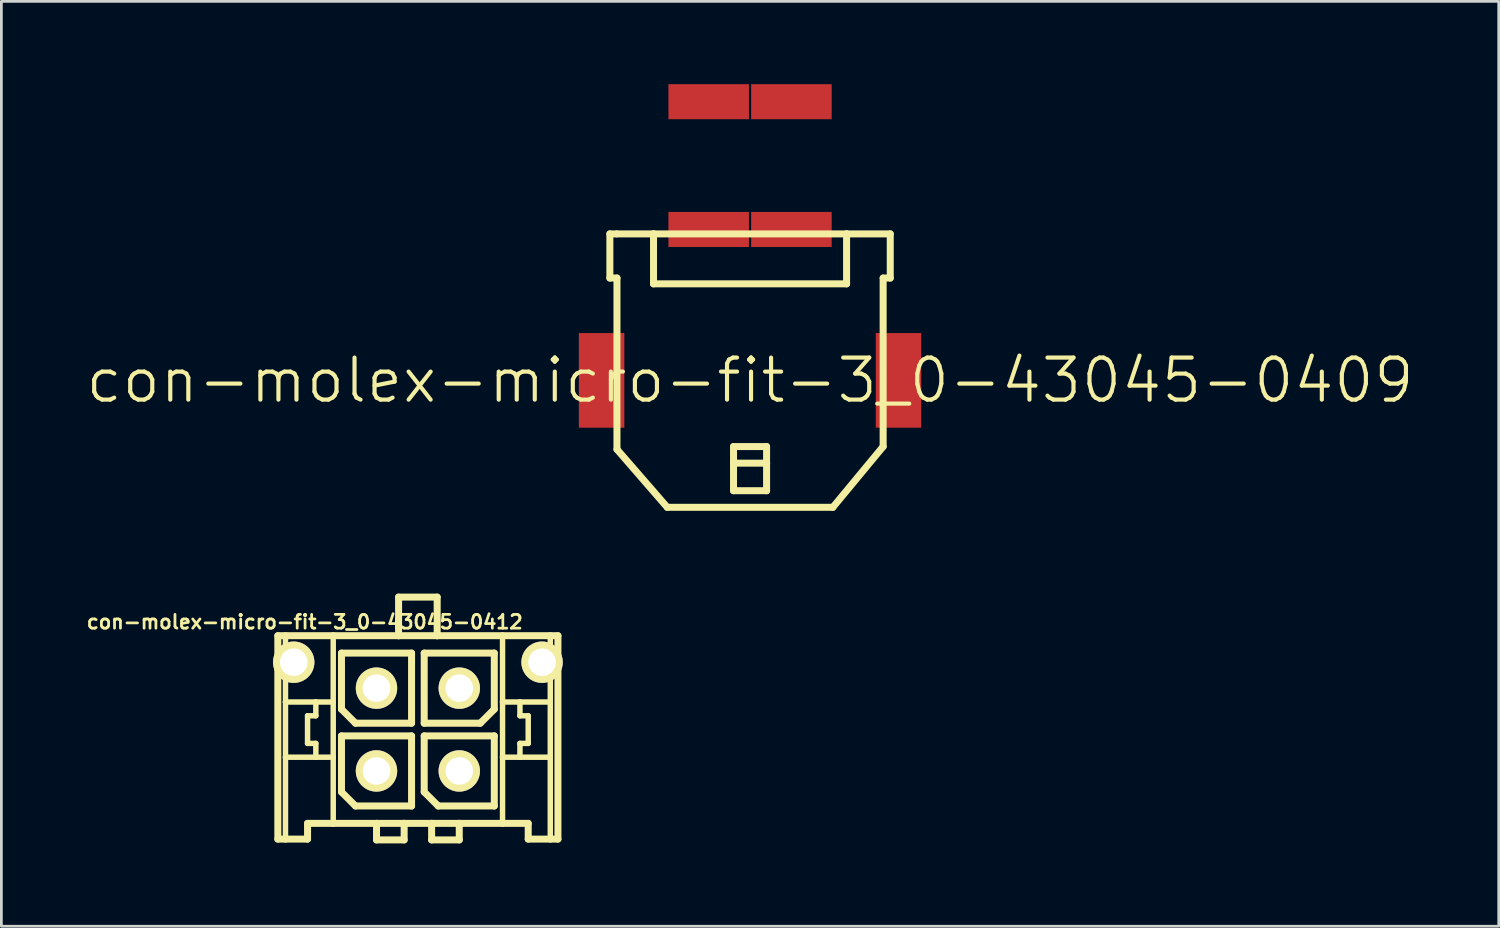
<source format=kicad_pcb>
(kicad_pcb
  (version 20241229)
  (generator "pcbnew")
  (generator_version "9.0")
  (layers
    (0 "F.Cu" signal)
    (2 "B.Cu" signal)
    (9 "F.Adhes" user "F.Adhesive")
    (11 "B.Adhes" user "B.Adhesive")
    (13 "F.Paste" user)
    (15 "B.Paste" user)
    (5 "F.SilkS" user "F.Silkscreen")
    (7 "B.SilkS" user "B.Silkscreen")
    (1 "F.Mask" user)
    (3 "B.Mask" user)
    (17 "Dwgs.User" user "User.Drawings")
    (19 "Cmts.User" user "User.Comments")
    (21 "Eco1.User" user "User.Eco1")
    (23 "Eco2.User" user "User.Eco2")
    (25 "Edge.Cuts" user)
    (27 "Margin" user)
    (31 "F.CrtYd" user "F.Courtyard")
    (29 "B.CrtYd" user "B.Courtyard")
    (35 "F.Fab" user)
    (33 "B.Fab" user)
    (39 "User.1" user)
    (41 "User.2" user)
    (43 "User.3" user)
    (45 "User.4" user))
  (footprint "con-molex-micro-fit-3_0-43045-0412"
    (layer "F.Cu")
    (at 12.093 23.387)
    (property "Reference" "con-molex-micro-fit-3_0-43045-0412" (at -4.1 -3.9 0) (layer "F.SilkS") (effects (font (size 0.5 0.5) (thickness 0.1))))
    (attr exclude_from_pos_files exclude_from_bom)
    (fp_line (start -5.075 -3.4) (end -4.798 -3.4) (stroke (width 0.254) (type solid)) (layer "F.SilkS"))
    (fp_line (start -5.075 3.969) (end -5.075 -3.4) (stroke (width 0.254) (type solid)) (layer "F.SilkS"))
    (fp_line (start -4.798 -3.4) (end -3.068 -3.4) (stroke (width 0.254) (type solid)) (layer "F.SilkS"))
    (fp_line (start -4.798 -0.999) (end -4.798 -3.4) (stroke (width 0.198) (type solid)) (layer "F.SilkS"))
    (fp_line (start -4.798 1.002) (end -4.798 -0.999) (stroke (width 0.198) (type solid)) (layer "F.SilkS"))
    (fp_line (start -4.798 3.969) (end -5.075 3.969) (stroke (width 0.254) (type solid)) (layer "F.SilkS"))
    (fp_line (start -4.798 3.969) (end -4.798 1.002) (stroke (width 0.198) (type solid)) (layer "F.SilkS"))
    (fp_line (start -3.998 -0.499) (end -3.998 0.502) (stroke (width 0.198) (type solid)) (layer "F.SilkS"))
    (fp_line (start -3.998 0.502) (end -3.698 0.502) (stroke (width 0.198) (type solid)) (layer "F.SilkS"))
    (fp_line (start -3.998 3.4) (end -3.998 3.969) (stroke (width 0.254) (type solid)) (layer "F.SilkS"))
    (fp_line (start -3.998 3.969) (end -4.798 3.969) (stroke (width 0.254) (type solid)) (layer "F.SilkS"))
    (fp_line (start -3.698 -0.999) (end -4.798 -0.999) (stroke (width 0.198) (type solid)) (layer "F.SilkS"))
    (fp_line (start -3.698 -0.999) (end -3.698 -0.499) (stroke (width 0.198) (type solid)) (layer "F.SilkS"))
    (fp_line (start -3.698 -0.499) (end -3.998 -0.499) (stroke (width 0.198) (type solid)) (layer "F.SilkS"))
    (fp_line (start -3.698 0.502) (end -3.698 1.002) (stroke (width 0.198) (type solid)) (layer "F.SilkS"))
    (fp_line (start -3.698 1.002) (end -4.798 1.002) (stroke (width 0.198) (type solid)) (layer "F.SilkS"))
    (fp_line (start -3.068 -3.4) (end -0.699 -3.4) (stroke (width 0.254) (type solid)) (layer "F.SilkS"))
    (fp_line (start -3.068 -0.999) (end -3.698 -0.999) (stroke (width 0.198) (type solid)) (layer "F.SilkS"))
    (fp_line (start -3.068 -0.999) (end -3.068 -3.4) (stroke (width 0.198) (type solid)) (layer "F.SilkS"))
    (fp_line (start -3.068 1.002) (end -3.698 1.002) (stroke (width 0.198) (type solid)) (layer "F.SilkS"))
    (fp_line (start -3.068 1.002) (end -3.068 -0.999) (stroke (width 0.198) (type solid)) (layer "F.SilkS"))
    (fp_line (start -3.068 3.4) (end -3.998 3.4) (stroke (width 0.254) (type solid)) (layer "F.SilkS"))
    (fp_line (start -3.068 3.4) (end -3.068 1.002) (stroke (width 0.198) (type solid)) (layer "F.SilkS"))
    (fp_line (start -2.769 -2.77) (end -0.229 -2.77) (stroke (width 0.254) (type solid)) (layer "F.SilkS"))
    (fp_line (start -2.769 -0.738) (end -2.769 -2.77) (stroke (width 0.254) (type solid)) (layer "F.SilkS"))
    (fp_line (start -2.769 0.23) (end -0.229 0.23) (stroke (width 0.254) (type solid)) (layer "F.SilkS"))
    (fp_line (start -2.769 2.262) (end -2.769 0.23) (stroke (width 0.254) (type solid)) (layer "F.SilkS"))
    (fp_line (start -2.261 -0.23) (end -2.769 -0.738) (stroke (width 0.254) (type solid)) (layer "F.SilkS"))
    (fp_line (start -2.261 2.77) (end -2.769 2.262) (stroke (width 0.254) (type solid)) (layer "F.SilkS"))
    (fp_line (start -1.499 3.4) (end -3.068 3.4) (stroke (width 0.254) (type solid)) (layer "F.SilkS"))
    (fp_line (start -1.499 3.4) (end -1.499 3.999) (stroke (width 0.254) (type solid)) (layer "F.SilkS"))
    (fp_line (start -1.499 3.999) (end -0.498 3.999) (stroke (width 0.254) (type solid)) (layer "F.SilkS"))
    (fp_line (start -0.699 -4.799) (end -0.699 -3.4) (stroke (width 0.254) (type solid)) (layer "F.SilkS"))
    (fp_line (start -0.699 -4.799) (end 0.699 -4.799) (stroke (width 0.254) (type solid)) (layer "F.SilkS"))
    (fp_line (start -0.699 -3.4) (end 0.699 -3.4) (stroke (width 0.254) (type solid)) (layer "F.SilkS"))
    (fp_line (start -0.498 3.4) (end -1.499 3.4) (stroke (width 0.254) (type solid)) (layer "F.SilkS"))
    (fp_line (start -0.498 3.999) (end -0.498 3.4) (stroke (width 0.254) (type solid)) (layer "F.SilkS"))
    (fp_line (start -0.229 -2.77) (end -0.229 -0.23) (stroke (width 0.254) (type solid)) (layer "F.SilkS"))
    (fp_line (start -0.229 -0.23) (end -2.261 -0.23) (stroke (width 0.254) (type solid)) (layer "F.SilkS"))
    (fp_line (start -0.229 0.23) (end -0.229 2.77) (stroke (width 0.254) (type solid)) (layer "F.SilkS"))
    (fp_line (start -0.229 2.77) (end -2.261 2.77) (stroke (width 0.254) (type solid)) (layer "F.SilkS"))
    (fp_line (start 0.229 -2.77) (end 0.229 -0.23) (stroke (width 0.254) (type solid)) (layer "F.SilkS"))
    (fp_line (start 0.229 -0.23) (end 2.261 -0.23) (stroke (width 0.254) (type solid)) (layer "F.SilkS"))
    (fp_line (start 0.229 0.23) (end 2.769 0.23) (stroke (width 0.254) (type solid)) (layer "F.SilkS"))
    (fp_line (start 0.229 2.262) (end 0.229 0.23) (stroke (width 0.254) (type solid)) (layer "F.SilkS"))
    (fp_line (start 0.498 3.4) (end -0.498 3.4) (stroke (width 0.254) (type solid)) (layer "F.SilkS"))
    (fp_line (start 0.498 3.4) (end 0.498 3.999) (stroke (width 0.254) (type solid)) (layer "F.SilkS"))
    (fp_line (start 0.498 3.999) (end 1.499 3.999) (stroke (width 0.254) (type solid)) (layer "F.SilkS"))
    (fp_line (start 0.699 -4.799) (end 0.699 -3.4) (stroke (width 0.254) (type solid)) (layer "F.SilkS"))
    (fp_line (start 0.699 -3.4) (end 3.068 -3.4) (stroke (width 0.254) (type solid)) (layer "F.SilkS"))
    (fp_line (start 0.737 2.77) (end 0.229 2.262) (stroke (width 0.254) (type solid)) (layer "F.SilkS"))
    (fp_line (start 1.499 3.4) (end 0.498 3.4) (stroke (width 0.254) (type solid)) (layer "F.SilkS"))
    (fp_line (start 1.499 3.999) (end 1.499 3.4) (stroke (width 0.254) (type solid)) (layer "F.SilkS"))
    (fp_line (start 2.261 -0.23) (end 2.769 -0.738) (stroke (width 0.254) (type solid)) (layer "F.SilkS"))
    (fp_line (start 2.769 -2.77) (end 0.229 -2.77) (stroke (width 0.254) (type solid)) (layer "F.SilkS"))
    (fp_line (start 2.769 -0.738) (end 2.769 -2.77) (stroke (width 0.254) (type solid)) (layer "F.SilkS"))
    (fp_line (start 2.769 0.23) (end 2.769 2.77) (stroke (width 0.254) (type solid)) (layer "F.SilkS"))
    (fp_line (start 2.769 2.77) (end 0.737 2.77) (stroke (width 0.254) (type solid)) (layer "F.SilkS"))
    (fp_line (start 3.068 -3.4) (end 3.068 -0.999) (stroke (width 0.198) (type solid)) (layer "F.SilkS"))
    (fp_line (start 3.068 -3.4) (end 4.798 -3.4) (stroke (width 0.254) (type solid)) (layer "F.SilkS"))
    (fp_line (start 3.068 -0.999) (end 3.068 1.002) (stroke (width 0.198) (type solid)) (layer "F.SilkS"))
    (fp_line (start 3.068 -0.999) (end 3.698 -0.999) (stroke (width 0.198) (type solid)) (layer "F.SilkS"))
    (fp_line (start 3.068 1.002) (end 3.068 3.4) (stroke (width 0.198) (type solid)) (layer "F.SilkS"))
    (fp_line (start 3.068 1.002) (end 3.698 1.002) (stroke (width 0.198) (type solid)) (layer "F.SilkS"))
    (fp_line (start 3.068 3.4) (end 1.499 3.4) (stroke (width 0.254) (type solid)) (layer "F.SilkS"))
    (fp_line (start 3.698 -0.999) (end 3.698 -0.499) (stroke (width 0.198) (type solid)) (layer "F.SilkS"))
    (fp_line (start 3.698 -0.999) (end 4.798 -0.999) (stroke (width 0.198) (type solid)) (layer "F.SilkS"))
    (fp_line (start 3.698 -0.499) (end 3.998 -0.499) (stroke (width 0.198) (type solid)) (layer "F.SilkS"))
    (fp_line (start 3.698 0.502) (end 3.698 1.002) (stroke (width 0.198) (type solid)) (layer "F.SilkS"))
    (fp_line (start 3.698 1.002) (end 4.798 1.002) (stroke (width 0.198) (type solid)) (layer "F.SilkS"))
    (fp_line (start 3.998 -0.499) (end 3.998 0.502) (stroke (width 0.198) (type solid)) (layer "F.SilkS"))
    (fp_line (start 3.998 0.502) (end 3.698 0.502) (stroke (width 0.198) (type solid)) (layer "F.SilkS"))
    (fp_line (start 3.998 3.4) (end 3.068 3.4) (stroke (width 0.254) (type solid)) (layer "F.SilkS"))
    (fp_line (start 3.998 3.969) (end 3.998 3.4) (stroke (width 0.254) (type solid)) (layer "F.SilkS"))
    (fp_line (start 3.998 3.969) (end 4.798 3.969) (stroke (width 0.254) (type solid)) (layer "F.SilkS"))
    (fp_line (start 4.798 -3.4) (end 5.075 -3.4) (stroke (width 0.254) (type solid)) (layer "F.SilkS"))
    (fp_line (start 4.798 -0.999) (end 4.798 -3.4) (stroke (width 0.198) (type solid)) (layer "F.SilkS"))
    (fp_line (start 4.798 1.002) (end 4.798 -0.999) (stroke (width 0.198) (type solid)) (layer "F.SilkS"))
    (fp_line (start 4.798 3.969) (end 4.798 1.002) (stroke (width 0.198) (type solid)) (layer "F.SilkS"))
    (fp_line (start 4.798 3.969) (end 5.075 3.969) (stroke (width 0.254) (type solid)) (layer "F.SilkS"))
    (fp_line (start 5.075 -3.4) (end 5.075 3.969) (stroke (width 0.254) (type solid)) (layer "F.SilkS"))
    (pad "1" thru_hole circle (at 1.5 1.5) (size 1.5 1.5) (drill 1) (layers "*.Cu" "F.Mask" "F.SilkS" "F.Paste"))
    (pad "2" thru_hole circle (at -1.5 1.5) (size 1.5 1.5) (drill 1) (layers "*.Cu" "F.Mask" "F.SilkS" "F.Paste"))
    (pad "3" thru_hole circle (at 1.5 -1.5) (size 1.5 1.5) (drill 1) (layers "*.Cu" "F.Mask" "F.SilkS" "F.Paste"))
    (pad "4" thru_hole circle (at -1.5 -1.5) (size 1.5 1.5) (drill 1) (layers "*.Cu" "F.Mask" "F.SilkS" "F.Paste"))
    (pad "5" thru_hole circle (at -4.5 -2.44) (size 1.5 1.5) (drill 1) (layers "*.Cu" "F.Mask" "F.SilkS" "F.Paste"))
    (pad "5" thru_hole circle (at 4.5 -2.44) (size 1.5 1.5) (drill 1) (layers "*.Cu" "F.Mask" "F.SilkS" "F.Paste")))
  (footprint "con-molex-micro-fit-3_0-43045-0409"
    (layer "F.Cu")
    (at 24.13 10.734)
    (property "Reference" "con-molex-micro-fit-3_0-43045-0409" (at 0 0 0) (layer "F.SilkS") (effects (font (size 1.524 1.524) (thickness 0.15))))
    (attr smd)
    (fp_line (start -5.08 -5.309) (end -5.08 -3.708) (stroke (width 0.254) (type solid)) (layer "F.SilkS"))
    (fp_line (start -5.08 -3.708) (end -4.823 -3.708) (stroke (width 0.254) (type solid)) (layer "F.SilkS"))
    (fp_line (start -4.829 -5.309) (end -5.08 -5.309) (stroke (width 0.254) (type solid)) (layer "F.SilkS"))
    (fp_line (start -4.823 -5.309) (end -3.498 -5.309) (stroke (width 0.254) (type solid)) (layer "F.SilkS"))
    (fp_line (start -4.823 2.499) (end -4.823 -3.708) (stroke (width 0.254) (type solid)) (layer "F.SilkS"))
    (fp_line (start -4.823 2.499) (end -3 4.6) (stroke (width 0.254) (type solid)) (layer "F.SilkS"))
    (fp_line (start -3.498 -5.309) (end -3.498 -3.498) (stroke (width 0.254) (type solid)) (layer "F.SilkS"))
    (fp_line (start -3.498 -5.309) (end 3.498 -5.309) (stroke (width 0.254) (type solid)) (layer "F.SilkS"))
    (fp_line (start -3.498 -3.498) (end 3.498 -3.498) (stroke (width 0.254) (type solid)) (layer "F.SilkS"))
    (fp_line (start -0.599 2.398) (end 0.599 2.398) (stroke (width 0.254) (type solid)) (layer "F.SilkS"))
    (fp_line (start -0.599 3) (end -0.599 2.398) (stroke (width 0.254) (type solid)) (layer "F.SilkS"))
    (fp_line (start -0.599 3) (end 0.599 3) (stroke (width 0.254) (type solid)) (layer "F.SilkS"))
    (fp_line (start -0.599 3.998) (end -0.599 3) (stroke (width 0.254) (type solid)) (layer "F.SilkS"))
    (fp_line (start 0.599 2.398) (end 0.599 3) (stroke (width 0.254) (type solid)) (layer "F.SilkS"))
    (fp_line (start 0.599 3) (end 0.599 3.998) (stroke (width 0.254) (type solid)) (layer "F.SilkS"))
    (fp_line (start 0.599 3.998) (end -0.599 3.998) (stroke (width 0.254) (type solid)) (layer "F.SilkS"))
    (fp_line (start 3 4.6) (end -3 4.6) (stroke (width 0.254) (type solid)) (layer "F.SilkS"))
    (fp_line (start 3.498 -5.309) (end 5.08 -5.309) (stroke (width 0.254) (type solid)) (layer "F.SilkS"))
    (fp_line (start 3.498 -3.498) (end 3.498 -5.309) (stroke (width 0.254) (type solid)) (layer "F.SilkS"))
    (fp_line (start 4.823 -3.708) (end 4.823 2.398) (stroke (width 0.254) (type solid)) (layer "F.SilkS"))
    (fp_line (start 4.823 2.398) (end 3 4.6) (stroke (width 0.254) (type solid)) (layer "F.SilkS"))
    (fp_line (start 5.08 -5.309) (end 5.08 -3.708) (stroke (width 0.254) (type solid)) (layer "F.SilkS"))
    (fp_line (start 5.08 -3.708) (end 4.823 -3.708) (stroke (width 0.254) (type solid)) (layer "F.SilkS"))
    (pad "P$1" smd rect (at 1.499 -5.469) (size 2.918 1.27) (layers "F.Cu" "F.Mask" "F.Paste"))
    (pad "P$2" smd rect (at -1.499 -5.469) (size 2.918 1.27) (layers "F.Cu" "F.Mask" "F.Paste"))
    (pad "P$3" smd rect (at 1.499 -10.099) (size 2.918 1.27) (layers "F.Cu" "F.Mask" "F.Paste"))
    (pad "P$4" smd rect (at -1.499 -10.099) (size 2.918 1.27) (layers "F.Cu" "F.Mask" "F.Paste"))
    (pad "TAB1" smd rect (at -5.38 0) (size 1.648 3.429) (layers "F.Cu" "F.Mask" "F.Paste"))
    (pad "TAB2" smd rect (at 5.38 0) (size 1.648 3.429) (layers "F.Cu" "F.Mask" "F.Paste")))
  (gr_rect
    (start -3 -3)
    (end 51.26 30.514)
    (stroke (width 0.1) (type default))
    (fill no)
    (layer "Edge.Cuts")))
</source>
